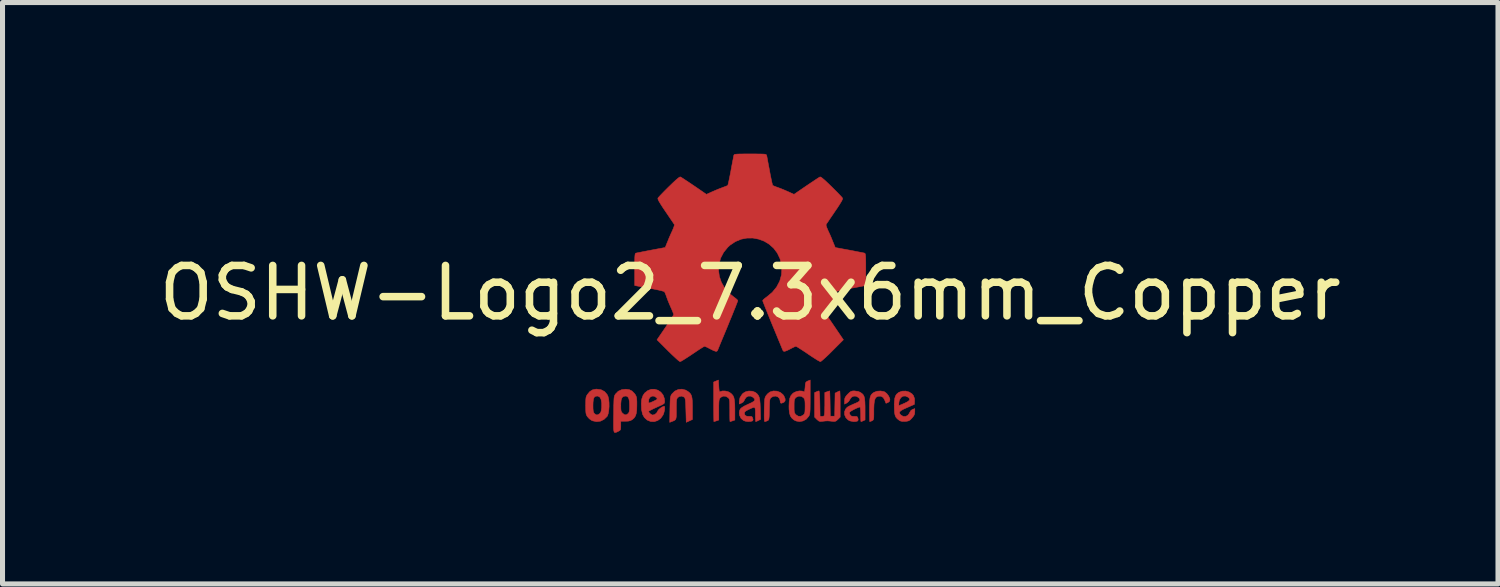
<source format=kicad_pcb>
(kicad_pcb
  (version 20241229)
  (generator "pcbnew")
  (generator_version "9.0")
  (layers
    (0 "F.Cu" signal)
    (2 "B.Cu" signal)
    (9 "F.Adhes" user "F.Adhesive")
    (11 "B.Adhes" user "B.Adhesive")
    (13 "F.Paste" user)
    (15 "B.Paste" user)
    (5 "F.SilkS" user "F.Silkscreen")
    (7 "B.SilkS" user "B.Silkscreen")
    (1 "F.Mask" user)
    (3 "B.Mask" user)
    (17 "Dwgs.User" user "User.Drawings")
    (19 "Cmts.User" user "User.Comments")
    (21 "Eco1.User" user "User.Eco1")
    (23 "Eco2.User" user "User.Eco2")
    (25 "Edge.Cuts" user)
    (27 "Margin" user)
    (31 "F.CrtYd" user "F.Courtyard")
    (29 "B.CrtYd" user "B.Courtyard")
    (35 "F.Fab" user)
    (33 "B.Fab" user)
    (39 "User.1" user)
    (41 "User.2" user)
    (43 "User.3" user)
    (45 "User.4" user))
  (footprint "OSHW-Logo2_7.3x6mm_Copper"
    (layer "F.Cu")
    (at 11.839 2.763)
    (property "Reference" "OSHW-Logo2_7.3x6mm_Copper" (at 0 0 0) (layer "F.SilkS") (effects (font (size 1 1) (thickness 0.15))))
    (attr exclude_from_pos_files exclude_from_bom)
    (fp_poly (pts (xy 2.653 1.959) (xy 2.67 1.966) (xy 2.711 1.999) (xy 2.747 2.047) (xy 2.769 2.097) (xy 2.772 2.122) (xy 2.76 2.157) (xy 2.734 2.175) (xy 2.706 2.187) (xy 2.693 2.189) (xy 2.687 2.174) (xy 2.674 2.141) (xy 2.669 2.127) (xy 2.639 2.076) (xy 2.595 2.05) (xy 2.538 2.051) (xy 2.534 2.052) (xy 2.504 2.067) (xy 2.481 2.094) (xy 2.466 2.139) (xy 2.457 2.205) (xy 2.453 2.294) (xy 2.453 2.341) (xy 2.453 2.416) (xy 2.452 2.467) (xy 2.448 2.499) (xy 2.442 2.518) (xy 2.432 2.529) (xy 2.417 2.537) (xy 2.416 2.538) (xy 2.387 2.55) (xy 2.372 2.555) (xy 2.37 2.541) (xy 2.368 2.503) (xy 2.367 2.446) (xy 2.366 2.374) (xy 2.366 2.322) (xy 2.367 2.22) (xy 2.37 2.143) (xy 2.377 2.086) (xy 2.389 2.045) (xy 2.407 2.014) (xy 2.432 1.99) (xy 2.457 1.973) (xy 2.517 1.951) (xy 2.587 1.946) (xy 2.653 1.959)) (stroke (width 0.01) (type solid)) (fill yes) (layer "F.Cu"))
    (fp_poly (pts (xy -1.284 1.928) (xy -1.237 1.955) (xy -1.205 1.981) (xy -1.181 2.009) (xy -1.165 2.044) (xy -1.155 2.089) (xy -1.149 2.151) (xy -1.147 2.234) (xy -1.147 2.293) (xy -1.147 2.512) (xy -1.208 2.54) (xy -1.27 2.568) (xy -1.277 2.328) (xy -1.28 2.238) (xy -1.283 2.173) (xy -1.287 2.128) (xy -1.293 2.099) (xy -1.3 2.081) (xy -1.31 2.07) (xy -1.313 2.067) (xy -1.36 2.048) (xy -1.408 2.056) (xy -1.437 2.076) (xy -1.449 2.09) (xy -1.457 2.108) (xy -1.462 2.136) (xy -1.465 2.179) (xy -1.466 2.242) (xy -1.466 2.307) (xy -1.466 2.389) (xy -1.467 2.447) (xy -1.472 2.486) (xy -1.482 2.512) (xy -1.499 2.528) (xy -1.525 2.541) (xy -1.56 2.554) (xy -1.598 2.569) (xy -1.594 2.311) (xy -1.592 2.219) (xy -1.59 2.15) (xy -1.587 2.101) (xy -1.582 2.066) (xy -1.575 2.042) (xy -1.566 2.022) (xy -1.554 2.005) (xy -1.499 1.95) (xy -1.431 1.918) (xy -1.357 1.91) (xy -1.284 1.928)) (stroke (width 0.01) (type solid)) (fill yes) (layer "F.Cu"))
    (fp_poly (pts (xy 0.53 1.95) (xy 0.596 1.974) (xy 0.649 2.017) (xy 0.67 2.047) (xy 0.693 2.103) (xy 0.692 2.143) (xy 0.669 2.17) (xy 0.66 2.175) (xy 0.622 2.189) (xy 0.602 2.185) (xy 0.595 2.161) (xy 0.595 2.148) (xy 0.583 2.099) (xy 0.551 2.065) (xy 0.508 2.048) (xy 0.459 2.053) (xy 0.419 2.074) (xy 0.405 2.087) (xy 0.396 2.101) (xy 0.389 2.124) (xy 0.385 2.159) (xy 0.383 2.212) (xy 0.381 2.288) (xy 0.38 2.312) (xy 0.378 2.394) (xy 0.376 2.451) (xy 0.372 2.49) (xy 0.367 2.513) (xy 0.359 2.526) (xy 0.347 2.535) (xy 0.339 2.538) (xy 0.307 2.55) (xy 0.288 2.555) (xy 0.282 2.541) (xy 0.278 2.5) (xy 0.277 2.431) (xy 0.278 2.334) (xy 0.278 2.319) (xy 0.28 2.23) (xy 0.283 2.165) (xy 0.286 2.119) (xy 0.292 2.087) (xy 0.3 2.064) (xy 0.311 2.044) (xy 0.317 2.035) (xy 0.35 1.998) (xy 0.388 1.969) (xy 0.392 1.966) (xy 0.459 1.946) (xy 0.53 1.95)) (stroke (width 0.01) (type solid)) (fill yes) (layer "F.Cu"))
    (fp_poly (pts (xy -0.624 1.851) (xy -0.62 1.911) (xy -0.615 1.946) (xy -0.608 1.961) (xy -0.598 1.961) (xy -0.595 1.959) (xy -0.552 1.946) (xy -0.497 1.947) (xy -0.44 1.96) (xy -0.405 1.978) (xy -0.369 2.006) (xy -0.342 2.038) (xy -0.324 2.078) (xy -0.313 2.132) (xy -0.307 2.204) (xy -0.305 2.299) (xy -0.305 2.317) (xy -0.305 2.523) (xy -0.351 2.539) (xy -0.383 2.549) (xy -0.401 2.554) (xy -0.401 2.555) (xy -0.403 2.541) (xy -0.405 2.503) (xy -0.406 2.446) (xy -0.406 2.375) (xy -0.406 2.332) (xy -0.407 2.247) (xy -0.408 2.186) (xy -0.41 2.144) (xy -0.415 2.117) (xy -0.422 2.098) (xy -0.433 2.085) (xy -0.44 2.078) (xy -0.487 2.051) (xy -0.538 2.049) (xy -0.584 2.072) (xy -0.593 2.08) (xy -0.605 2.095) (xy -0.614 2.114) (xy -0.619 2.14) (xy -0.622 2.18) (xy -0.624 2.238) (xy -0.624 2.318) (xy -0.624 2.523) (xy -0.67 2.539) (xy -0.702 2.549) (xy -0.72 2.554) (xy -0.721 2.555) (xy -0.722 2.541) (xy -0.723 2.501) (xy -0.724 2.441) (xy -0.725 2.362) (xy -0.726 2.269) (xy -0.726 2.167) (xy -0.726 1.769) (xy -0.679 1.749) (xy -0.631 1.73) (xy -0.624 1.851)) (stroke (width 0.01) (type solid)) (fill yes) (layer "F.Cu"))
    (fp_poly (pts (xy 1.78 1.959) (xy 1.782 1.997) (xy 1.784 2.055) (xy 1.785 2.128) (xy 1.785 2.205) (xy 1.785 2.465) (xy 1.739 2.511) (xy 1.708 2.539) (xy 1.68 2.551) (xy 1.642 2.55) (xy 1.627 2.548) (xy 1.58 2.543) (xy 1.541 2.54) (xy 1.531 2.54) (xy 1.499 2.541) (xy 1.453 2.546) (xy 1.436 2.548) (xy 1.392 2.552) (xy 1.363 2.544) (xy 1.334 2.521) (xy 1.323 2.511) (xy 1.277 2.465) (xy 1.277 1.979) (xy 1.314 1.962) (xy 1.346 1.949) (xy 1.365 1.945) (xy 1.369 1.959) (xy 1.374 1.997) (xy 1.378 2.056) (xy 1.381 2.132) (xy 1.382 2.195) (xy 1.386 2.446) (xy 1.421 2.451) (xy 1.452 2.447) (xy 1.468 2.436) (xy 1.472 2.415) (xy 1.476 2.371) (xy 1.478 2.309) (xy 1.48 2.235) (xy 1.48 2.197) (xy 1.48 1.977) (xy 1.526 1.961) (xy 1.559 1.95) (xy 1.576 1.945) (xy 1.577 1.945) (xy 1.578 1.959) (xy 1.58 1.997) (xy 1.582 2.054) (xy 1.584 2.127) (xy 1.585 2.195) (xy 1.589 2.446) (xy 1.676 2.446) (xy 1.68 2.217) (xy 1.684 1.989) (xy 1.727 1.967) (xy 1.758 1.952) (xy 1.777 1.945) (xy 1.777 1.945) (xy 1.78 1.959)) (stroke (width 0.01) (type solid)) (fill yes) (layer "F.Cu"))
    (fp_poly (pts (xy -2.959 1.922) (xy -2.891 1.958) (xy -2.841 2.015) (xy -2.823 2.052) (xy -2.809 2.108) (xy -2.802 2.178) (xy -2.801 2.255) (xy -2.807 2.33) (xy -2.818 2.394) (xy -2.834 2.441) (xy -2.839 2.449) (xy -2.9 2.509) (xy -2.971 2.545) (xy -3.049 2.555) (xy -3.127 2.539) (xy -3.149 2.529) (xy -3.192 2.499) (xy -3.229 2.459) (xy -3.233 2.454) (xy -3.247 2.43) (xy -3.257 2.404) (xy -3.262 2.37) (xy -3.265 2.321) (xy -3.266 2.251) (xy -3.266 2.235) (xy -3.266 2.23) (xy -3.121 2.23) (xy -3.12 2.296) (xy -3.116 2.34) (xy -3.109 2.369) (xy -3.098 2.388) (xy -3.092 2.395) (xy -3.057 2.42) (xy -3.023 2.419) (xy -2.989 2.397) (xy -2.969 2.374) (xy -2.957 2.34) (xy -2.95 2.288) (xy -2.949 2.281) (xy -2.948 2.186) (xy -2.96 2.114) (xy -2.985 2.068) (xy -3.023 2.048) (xy -3.037 2.047) (xy -3.073 2.052) (xy -3.097 2.072) (xy -3.112 2.109) (xy -3.119 2.168) (xy -3.121 2.23) (xy -3.266 2.23) (xy -3.265 2.16) (xy -3.263 2.108) (xy -3.258 2.072) (xy -3.249 2.045) (xy -3.236 2.022) (xy -3.233 2.017) (xy -3.184 1.958) (xy -3.13 1.924) (xy -3.064 1.91) (xy -3.042 1.91) (xy -2.959 1.922)) (stroke (width 0.01) (type solid)) (fill yes) (layer "F.Cu"))
    (fp_poly (pts (xy 3.154 1.967) (xy 3.211 2.004) (xy 3.239 2.038) (xy 3.261 2.099) (xy 3.262 2.147) (xy 3.258 2.212) (xy 3.11 2.277) (xy 3.037 2.31) (xy 2.99 2.337) (xy 2.966 2.36) (xy 2.961 2.383) (xy 2.975 2.407) (xy 2.99 2.424) (xy 3.034 2.45) (xy 3.081 2.452) (xy 3.125 2.432) (xy 3.157 2.391) (xy 3.163 2.376) (xy 3.191 2.331) (xy 3.222 2.312) (xy 3.266 2.296) (xy 3.266 2.358) (xy 3.262 2.4) (xy 3.247 2.436) (xy 3.215 2.477) (xy 3.211 2.482) (xy 3.176 2.519) (xy 3.145 2.538) (xy 3.108 2.547) (xy 3.076 2.55) (xy 3.02 2.551) (xy 2.981 2.542) (xy 2.956 2.528) (xy 2.917 2.497) (xy 2.89 2.465) (xy 2.873 2.423) (xy 2.863 2.368) (xy 2.86 2.291) (xy 2.859 2.253) (xy 2.86 2.206) (xy 2.948 2.206) (xy 2.949 2.231) (xy 2.952 2.235) (xy 2.968 2.23) (xy 3.004 2.215) (xy 3.052 2.194) (xy 3.062 2.19) (xy 3.123 2.159) (xy 3.157 2.132) (xy 3.164 2.106) (xy 3.146 2.08) (xy 3.132 2.069) (xy 3.079 2.046) (xy 3.03 2.05) (xy 2.989 2.078) (xy 2.961 2.127) (xy 2.952 2.166) (xy 2.948 2.206) (xy 2.86 2.206) (xy 2.861 2.162) (xy 2.868 2.095) (xy 2.882 2.047) (xy 2.904 2.011) (xy 2.937 1.983) (xy 2.951 1.973) (xy 3.015 1.95) (xy 3.085 1.948) (xy 3.154 1.967)) (stroke (width 0.01) (type solid)) (fill yes) (layer "F.Cu"))
    (fp_poly (pts (xy 1.19 2.065) (xy 1.19 2.174) (xy 1.189 2.257) (xy 1.188 2.32) (xy 1.185 2.365) (xy 1.181 2.397) (xy 1.175 2.421) (xy 1.167 2.439) (xy 1.161 2.449) (xy 1.112 2.506) (xy 1.049 2.541) (xy 0.98 2.554) (xy 0.911 2.542) (xy 0.869 2.522) (xy 0.826 2.485) (xy 0.796 2.441) (xy 0.779 2.383) (xy 0.77 2.306) (xy 0.769 2.25) (xy 0.769 2.246) (xy 0.871 2.246) (xy 0.871 2.311) (xy 0.874 2.354) (xy 0.881 2.382) (xy 0.893 2.402) (xy 0.906 2.417) (xy 0.953 2.447) (xy 1.004 2.449) (xy 1.051 2.425) (xy 1.055 2.421) (xy 1.071 2.404) (xy 1.081 2.383) (xy 1.086 2.352) (xy 1.088 2.305) (xy 1.089 2.252) (xy 1.088 2.185) (xy 1.085 2.141) (xy 1.078 2.112) (xy 1.066 2.091) (xy 1.057 2.08) (xy 1.013 2.052) (xy 0.962 2.049) (xy 0.914 2.07) (xy 0.904 2.078) (xy 0.889 2.096) (xy 0.879 2.117) (xy 0.873 2.148) (xy 0.871 2.196) (xy 0.871 2.246) (xy 0.769 2.246) (xy 0.773 2.159) (xy 0.785 2.09) (xy 0.807 2.039) (xy 0.842 1.998) (xy 0.869 1.978) (xy 0.919 1.956) (xy 0.976 1.945) (xy 1.03 1.948) (xy 1.06 1.959) (xy 1.071 1.962) (xy 1.079 1.951) (xy 1.084 1.919) (xy 1.089 1.871) (xy 1.093 1.817) (xy 1.099 1.784) (xy 1.111 1.766) (xy 1.131 1.754) (xy 1.143 1.748) (xy 1.19 1.729) (xy 1.19 2.065)) (stroke (width 0.01) (type solid)) (fill yes) (layer "F.Cu"))
    (fp_poly (pts (xy -1.832 1.931) (xy -1.774 1.97) (xy -1.73 2.025) (xy -1.704 2.096) (xy -1.698 2.148) (xy -1.699 2.17) (xy -1.704 2.187) (xy -1.718 2.201) (xy -1.745 2.218) (xy -1.79 2.239) (xy -1.857 2.269) (xy -1.858 2.27) (xy -1.92 2.298) (xy -1.97 2.323) (xy -2.005 2.342) (xy -2.017 2.353) (xy -2.017 2.353) (xy -2.006 2.376) (xy -1.98 2.402) (xy -1.949 2.42) (xy -1.934 2.424) (xy -1.891 2.411) (xy -1.855 2.379) (xy -1.837 2.345) (xy -1.82 2.319) (xy -1.787 2.29) (xy -1.748 2.264) (xy -1.713 2.25) (xy -1.706 2.25) (xy -1.698 2.262) (xy -1.697 2.294) (xy -1.703 2.337) (xy -1.715 2.383) (xy -1.73 2.423) (xy -1.731 2.424) (xy -1.777 2.489) (xy -1.837 2.533) (xy -1.906 2.555) (xy -1.976 2.552) (xy -2.044 2.524) (xy -2.047 2.522) (xy -2.101 2.473) (xy -2.136 2.41) (xy -2.155 2.327) (xy -2.158 2.304) (xy -2.162 2.194) (xy -2.157 2.143) (xy -2.017 2.143) (xy -2.016 2.175) (xy -2.006 2.184) (xy -1.981 2.177) (xy -1.942 2.161) (xy -1.899 2.14) (xy -1.898 2.139) (xy -1.861 2.12) (xy -1.846 2.107) (xy -1.85 2.093) (xy -1.865 2.076) (xy -1.904 2.05) (xy -1.946 2.048) (xy -1.984 2.067) (xy -2.01 2.103) (xy -2.017 2.143) (xy -2.157 2.143) (xy -2.153 2.106) (xy -2.128 2.036) (xy -2.095 1.987) (xy -2.033 1.938) (xy -1.966 1.913) (xy -1.897 1.912) (xy -1.832 1.931)) (stroke (width 0.01) (type solid)) (fill yes) (layer "F.Cu"))
    (fp_poly (pts (xy 0.04 1.951) (xy 0.097 1.972) (xy 0.097 1.972) (xy 0.132 1.998) (xy 0.158 2.029) (xy 0.177 2.068) (xy 0.189 2.121) (xy 0.196 2.194) (xy 0.2 2.289) (xy 0.201 2.303) (xy 0.206 2.509) (xy 0.162 2.532) (xy 0.13 2.547) (xy 0.11 2.554) (xy 0.11 2.555) (xy 0.106 2.541) (xy 0.104 2.505) (xy 0.102 2.451) (xy 0.102 2.408) (xy 0.102 2.339) (xy 0.098 2.295) (xy 0.087 2.274) (xy 0.064 2.273) (xy 0.022 2.289) (xy -0.04 2.318) (xy -0.086 2.342) (xy -0.109 2.363) (xy -0.116 2.386) (xy -0.116 2.387) (xy -0.105 2.426) (xy -0.071 2.447) (xy -0.019 2.451) (xy 0.018 2.45) (xy 0.038 2.461) (xy 0.05 2.487) (xy 0.057 2.519) (xy 0.047 2.538) (xy 0.043 2.541) (xy 0.007 2.551) (xy -0.043 2.553) (xy -0.095 2.546) (xy -0.132 2.533) (xy -0.183 2.49) (xy -0.212 2.429) (xy -0.218 2.382) (xy -0.213 2.34) (xy -0.198 2.305) (xy -0.166 2.275) (xy -0.115 2.244) (xy -0.041 2.209) (xy -0.036 2.207) (xy 0.031 2.176) (xy 0.072 2.151) (xy 0.09 2.128) (xy 0.086 2.105) (xy 0.063 2.078) (xy 0.056 2.072) (xy 0.009 2.048) (xy -0.04 2.049) (xy -0.082 2.072) (xy -0.111 2.116) (xy -0.113 2.124) (xy -0.139 2.165) (xy -0.171 2.185) (xy -0.218 2.205) (xy -0.218 2.154) (xy -0.204 2.08) (xy -0.161 2.012) (xy -0.139 1.99) (xy -0.089 1.961) (xy -0.026 1.947) (xy 0.04 1.951)) (stroke (width 0.01) (type solid)) (fill yes) (layer "F.Cu"))
    (fp_poly (pts (xy -2.4 1.92) (xy -2.345 1.948) (xy -2.296 1.998) (xy -2.282 2.017) (xy -2.268 2.042) (xy -2.258 2.069) (xy -2.253 2.105) (xy -2.25 2.156) (xy -2.25 2.224) (xy -2.252 2.318) (xy -2.261 2.388) (xy -2.277 2.44) (xy -2.303 2.48) (xy -2.34 2.513) (xy -2.342 2.515) (xy -2.379 2.535) (xy -2.422 2.545) (xy -2.478 2.547) (xy -2.569 2.547) (xy -2.569 2.635) (xy -2.57 2.684) (xy -2.575 2.713) (xy -2.588 2.73) (xy -2.614 2.745) (xy -2.62 2.748) (xy -2.649 2.762) (xy -2.672 2.77) (xy -2.688 2.771) (xy -2.7 2.761) (xy -2.707 2.737) (xy -2.712 2.696) (xy -2.713 2.636) (xy -2.713 2.553) (xy -2.712 2.445) (xy -2.711 2.413) (xy -2.71 2.302) (xy -2.709 2.229) (xy -2.569 2.229) (xy -2.568 2.29) (xy -2.565 2.331) (xy -2.557 2.358) (xy -2.543 2.378) (xy -2.533 2.388) (xy -2.495 2.418) (xy -2.46 2.42) (xy -2.425 2.396) (xy -2.424 2.395) (xy -2.409 2.376) (xy -2.401 2.351) (xy -2.396 2.312) (xy -2.395 2.252) (xy -2.395 2.238) (xy -2.398 2.156) (xy -2.409 2.099) (xy -2.429 2.064) (xy -2.458 2.048) (xy -2.476 2.047) (xy -2.516 2.054) (xy -2.544 2.078) (xy -2.561 2.123) (xy -2.568 2.191) (xy -2.569 2.229) (xy -2.709 2.229) (xy -2.708 2.215) (xy -2.706 2.15) (xy -2.704 2.103) (xy -2.7 2.069) (xy -2.694 2.045) (xy -2.687 2.028) (xy -2.677 2.012) (xy -2.673 2.006) (xy -2.619 1.951) (xy -2.55 1.92) (xy -2.47 1.911) (xy -2.4 1.92)) (stroke (width 0.01) (type solid)) (fill yes) (layer "F.Cu"))
    (fp_poly (pts (xy 2.145 1.956) (xy 2.187 1.975) (xy 2.219 1.998) (xy 2.244 2.024) (xy 2.26 2.057) (xy 2.271 2.103) (xy 2.276 2.165) (xy 2.279 2.249) (xy 2.279 2.305) (xy 2.279 2.521) (xy 2.242 2.538) (xy 2.213 2.55) (xy 2.198 2.555) (xy 2.195 2.541) (xy 2.193 2.505) (xy 2.192 2.452) (xy 2.192 2.409) (xy 2.19 2.348) (xy 2.187 2.3) (xy 2.182 2.271) (xy 2.178 2.264) (xy 2.153 2.271) (xy 2.112 2.287) (xy 2.066 2.309) (xy 2.021 2.333) (xy 1.986 2.355) (xy 1.97 2.37) (xy 1.97 2.37) (xy 1.971 2.397) (xy 1.984 2.423) (xy 2.006 2.444) (xy 2.038 2.451) (xy 2.065 2.451) (xy 2.104 2.45) (xy 2.124 2.459) (xy 2.136 2.483) (xy 2.138 2.488) (xy 2.143 2.522) (xy 2.129 2.543) (xy 2.092 2.552) (xy 2.052 2.554) (xy 1.981 2.541) (xy 1.943 2.521) (xy 1.898 2.476) (xy 1.873 2.42) (xy 1.871 2.361) (xy 1.892 2.306) (xy 1.923 2.271) (xy 1.953 2.252) (xy 2.002 2.228) (xy 2.058 2.203) (xy 2.068 2.199) (xy 2.13 2.172) (xy 2.166 2.148) (xy 2.177 2.124) (xy 2.167 2.097) (xy 2.148 2.076) (xy 2.104 2.05) (xy 2.056 2.048) (xy 2.012 2.068) (xy 1.981 2.108) (xy 1.977 2.118) (xy 1.952 2.156) (xy 1.917 2.184) (xy 1.872 2.207) (xy 1.872 2.141) (xy 1.875 2.102) (xy 1.886 2.07) (xy 1.911 2.036) (xy 1.935 2.01) (xy 1.972 1.974) (xy 2.001 1.954) (xy 2.033 1.946) (xy 2.068 1.945) (xy 2.145 1.956)) (stroke (width 0.01) (type solid)) (fill yes) (layer "F.Cu"))
    (fp_poly (pts (xy 0.104 -2.758) (xy 0.182 -2.757) (xy 0.239 -2.756) (xy 0.278 -2.754) (xy 0.303 -2.75) (xy 0.316 -2.744) (xy 0.323 -2.737) (xy 0.326 -2.726) (xy 0.327 -2.725) (xy 0.332 -2.701) (xy 0.341 -2.653) (xy 0.353 -2.587) (xy 0.368 -2.508) (xy 0.385 -2.42) (xy 0.385 -2.417) (xy 0.401 -2.331) (xy 0.417 -2.255) (xy 0.43 -2.194) (xy 0.44 -2.152) (xy 0.446 -2.133) (xy 0.447 -2.133) (xy 0.465 -2.124) (xy 0.502 -2.109) (xy 0.551 -2.091) (xy 0.552 -2.091) (xy 0.613 -2.068) (xy 0.686 -2.038) (xy 0.754 -2.008) (xy 0.757 -2.007) (xy 0.869 -1.956) (xy 1.115 -2.125) (xy 1.191 -2.176) (xy 1.26 -2.222) (xy 1.317 -2.26) (xy 1.359 -2.287) (xy 1.383 -2.301) (xy 1.385 -2.302) (xy 1.402 -2.298) (xy 1.434 -2.275) (xy 1.481 -2.235) (xy 1.546 -2.174) (xy 1.612 -2.11) (xy 1.676 -2.046) (xy 1.733 -1.989) (xy 1.78 -1.94) (xy 1.814 -1.904) (xy 1.83 -1.884) (xy 1.831 -1.883) (xy 1.833 -1.869) (xy 1.826 -1.847) (xy 1.809 -1.814) (xy 1.779 -1.765) (xy 1.737 -1.699) (xy 1.679 -1.614) (xy 1.629 -1.54) (xy 1.583 -1.473) (xy 1.546 -1.417) (xy 1.519 -1.378) (xy 1.506 -1.357) (xy 1.505 -1.356) (xy 1.507 -1.336) (xy 1.519 -1.298) (xy 1.54 -1.248) (xy 1.547 -1.232) (xy 1.58 -1.162) (xy 1.614 -1.082) (xy 1.642 -1.012) (xy 1.663 -0.961) (xy 1.679 -0.922) (xy 1.688 -0.901) (xy 1.689 -0.9) (xy 1.706 -0.897) (xy 1.746 -0.89) (xy 1.804 -0.879) (xy 1.875 -0.866) (xy 1.952 -0.852) (xy 2.032 -0.837) (xy 2.107 -0.822) (xy 2.174 -0.809) (xy 2.227 -0.799) (xy 2.26 -0.792) (xy 2.268 -0.79) (xy 2.276 -0.785) (xy 2.283 -0.774) (xy 2.287 -0.754) (xy 2.29 -0.72) (xy 2.292 -0.67) (xy 2.293 -0.599) (xy 2.293 -0.504) (xy 2.293 -0.465) (xy 2.293 -0.147) (xy 2.217 -0.132) (xy 2.175 -0.124) (xy 2.111 -0.112) (xy 2.035 -0.098) (xy 1.953 -0.083) (xy 1.93 -0.079) (xy 1.855 -0.064) (xy 1.789 -0.049) (xy 1.738 -0.037) (xy 1.709 -0.027) (xy 1.704 -0.024) (xy 1.691 -0.003) (xy 1.674 0.038) (xy 1.655 0.09) (xy 1.651 0.102) (xy 1.625 0.172) (xy 1.594 0.25) (xy 1.563 0.321) (xy 1.563 0.322) (xy 1.511 0.433) (xy 1.68 0.681) (xy 1.849 0.93) (xy 1.632 1.147) (xy 1.567 1.212) (xy 1.507 1.269) (xy 1.456 1.315) (xy 1.418 1.348) (xy 1.396 1.363) (xy 1.392 1.364) (xy 1.374 1.356) (xy 1.335 1.335) (xy 1.281 1.301) (xy 1.216 1.259) (xy 1.146 1.212) (xy 1.075 1.164) (xy 1.011 1.122) (xy 0.959 1.089) (xy 0.923 1.067) (xy 0.907 1.06) (xy 0.887 1.066) (xy 0.85 1.083) (xy 0.803 1.107) (xy 0.798 1.11) (xy 0.734 1.142) (xy 0.69 1.158) (xy 0.663 1.158) (xy 0.649 1.143) (xy 0.649 1.143) (xy 0.642 1.126) (xy 0.625 1.085) (xy 0.6 1.024) (xy 0.567 0.945) (xy 0.529 0.852) (xy 0.486 0.748) (xy 0.444 0.648) (xy 0.399 0.537) (xy 0.357 0.434) (xy 0.32 0.342) (xy 0.289 0.265) (xy 0.266 0.206) (xy 0.251 0.167) (xy 0.247 0.153) (xy 0.258 0.136) (xy 0.287 0.11) (xy 0.326 0.081) (xy 0.437 -0.011) (xy 0.523 -0.116) (xy 0.585 -0.233) (xy 0.62 -0.358) (xy 0.628 -0.49) (xy 0.622 -0.552) (xy 0.591 -0.678) (xy 0.538 -0.79) (xy 0.466 -0.886) (xy 0.378 -0.965) (xy 0.278 -1.026) (xy 0.168 -1.067) (xy 0.053 -1.089) (xy -0.065 -1.088) (xy -0.181 -1.066) (xy -0.294 -1.019) (xy -0.4 -0.948) (xy -0.444 -0.908) (xy -0.528 -0.805) (xy -0.587 -0.692) (xy -0.62 -0.573) (xy -0.629 -0.451) (xy -0.613 -0.329) (xy -0.573 -0.211) (xy -0.51 -0.1) (xy -0.423 0.002) (xy -0.326 0.081) (xy -0.286 0.111) (xy -0.257 0.137) (xy -0.247 0.153) (xy -0.252 0.17) (xy -0.267 0.21) (xy -0.291 0.272) (xy -0.323 0.35) (xy -0.36 0.443) (xy -0.403 0.546) (xy -0.444 0.648) (xy -0.49 0.759) (xy -0.533 0.862) (xy -0.571 0.953) (xy -0.603 1.03) (xy -0.627 1.09) (xy -0.643 1.129) (xy -0.649 1.143) (xy -0.663 1.158) (xy -0.69 1.158) (xy -0.734 1.142) (xy -0.797 1.11) (xy -0.798 1.11) (xy -0.845 1.085) (xy -0.884 1.067) (xy -0.906 1.06) (xy -0.907 1.06) (xy -0.923 1.067) (xy -0.96 1.089) (xy -1.012 1.122) (xy -1.075 1.164) (xy -1.146 1.212) (xy -1.218 1.26) (xy -1.283 1.302) (xy -1.336 1.335) (xy -1.374 1.357) (xy -1.392 1.364) (xy -1.409 1.354) (xy -1.443 1.327) (xy -1.49 1.284) (xy -1.547 1.231) (xy -1.612 1.168) (xy -1.633 1.147) (xy -1.85 0.93) (xy -1.684 0.687) (xy -1.634 0.613) (xy -1.59 0.546) (xy -1.555 0.491) (xy -1.53 0.451) (xy -1.519 0.43) (xy -1.519 0.429) (xy -1.525 0.409) (xy -1.54 0.37) (xy -1.562 0.317) (xy -1.578 0.282) (xy -1.607 0.215) (xy -1.635 0.147) (xy -1.656 0.09) (xy -1.662 0.073) (xy -1.679 0.026) (xy -1.695 -0.01) (xy -1.704 -0.024) (xy -1.723 -0.032) (xy -1.766 -0.044) (xy -1.826 -0.058) (xy -1.898 -0.073) (xy -1.93 -0.079) (xy -2.012 -0.094) (xy -2.091 -0.108) (xy -2.159 -0.121) (xy -2.208 -0.13) (xy -2.217 -0.132) (xy -2.293 -0.147) (xy -2.293 -0.465) (xy -2.293 -0.569) (xy -2.292 -0.648) (xy -2.291 -0.705) (xy -2.288 -0.744) (xy -2.284 -0.769) (xy -2.279 -0.782) (xy -2.271 -0.789) (xy -2.268 -0.79) (xy -2.249 -0.794) (xy -2.207 -0.802) (xy -2.148 -0.814) (xy -2.077 -0.828) (xy -1.999 -0.843) (xy -1.92 -0.858) (xy -1.845 -0.872) (xy -1.779 -0.884) (xy -1.727 -0.894) (xy -1.696 -0.899) (xy -1.689 -0.9) (xy -1.683 -0.912) (xy -1.669 -0.946) (xy -1.65 -0.994) (xy -1.642 -1.012) (xy -1.613 -1.085) (xy -1.578 -1.165) (xy -1.547 -1.232) (xy -1.525 -1.284) (xy -1.51 -1.326) (xy -1.504 -1.352) (xy -1.505 -1.356) (xy -1.516 -1.372) (xy -1.54 -1.409) (xy -1.576 -1.461) (xy -1.62 -1.526) (xy -1.67 -1.6) (xy -1.68 -1.614) (xy -1.738 -1.7) (xy -1.78 -1.766) (xy -1.809 -1.814) (xy -1.826 -1.847) (xy -1.833 -1.869) (xy -1.831 -1.883) (xy -1.831 -1.883) (xy -1.816 -1.901) (xy -1.785 -1.935) (xy -1.739 -1.983) (xy -1.683 -2.04) (xy -1.62 -2.103) (xy -1.612 -2.11) (xy -1.533 -2.187) (xy -1.471 -2.244) (xy -1.427 -2.281) (xy -1.398 -2.3) (xy -1.385 -2.302) (xy -1.367 -2.292) (xy -1.328 -2.267) (xy -1.274 -2.231) (xy -1.207 -2.187) (xy -1.133 -2.137) (xy -1.115 -2.125) (xy -0.869 -1.956) (xy -0.757 -2.007) (xy -0.69 -2.036) (xy -0.617 -2.066) (xy -0.554 -2.09) (xy -0.552 -2.091) (xy -0.503 -2.109) (xy -0.465 -2.124) (xy -0.447 -2.133) (xy -0.447 -2.133) (xy -0.441 -2.149) (xy -0.431 -2.19) (xy -0.418 -2.25) (xy -0.403 -2.325) (xy -0.386 -2.41) (xy -0.385 -2.417) (xy -0.369 -2.505) (xy -0.354 -2.585) (xy -0.341 -2.651) (xy -0.332 -2.7) (xy -0.327 -2.725) (xy -0.327 -2.725) (xy -0.323 -2.736) (xy -0.317 -2.744) (xy -0.305 -2.75) (xy -0.281 -2.753) (xy -0.244 -2.756) (xy -0.19 -2.757) (xy -0.114 -2.758) (xy -0.013 -2.758) (xy 0 -2.758) (xy 0.104 -2.758)) (stroke (width 0.01) (type solid)) (fill yes) (layer "F.Cu")))
  (gr_rect
    (start -3 -3)
    (end 26.679 8.539)
    (stroke (width 0.1) (type default))
    (fill no)
    (layer "Edge.Cuts")))
</source>
